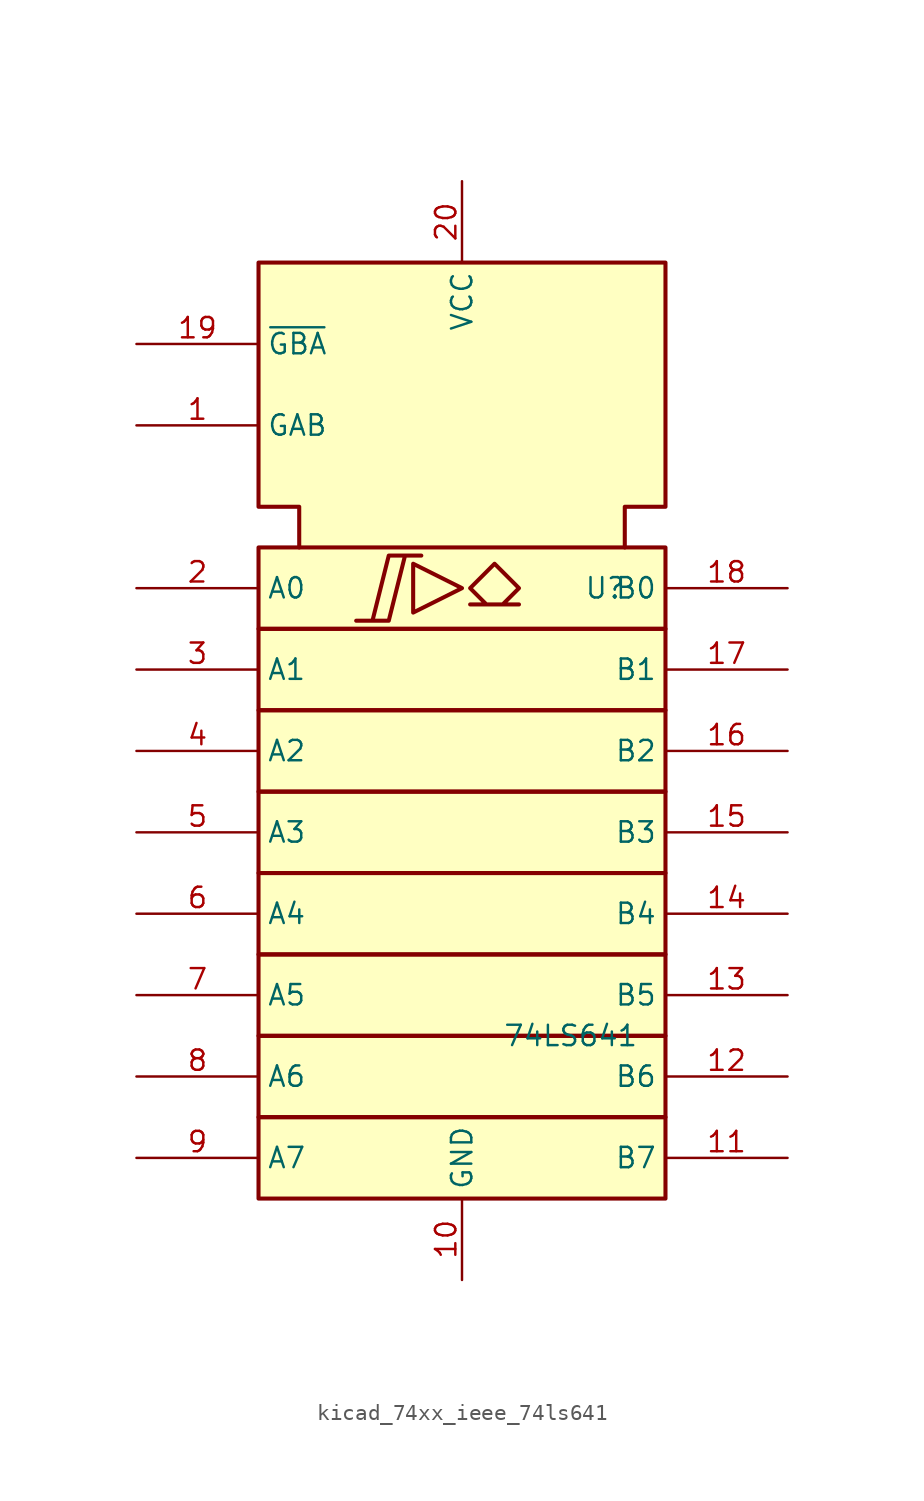
<source format=kicad_sym>
(kicad_symbol_lib
  (version 20220914)
  (generator kicad_symbol_editor)
  (symbol "kicad_74xx_ieee_74ls641"
    (property "Reference" "U"
      (at 7.62 12.7 0)
      (effects (font (size 1.27 1.27)) (justify left)))
    (property "Value" "74LS641"
      (at 2.54 -15.24 0)
      (effects (font (size 1.27 1.27)) (justify left)))
    (symbol "kicad_74xx_ieee_74ls641_0_0"
      (polyline (pts (xy -3.048 14.224) (xy -3.048 11.176) (xy 0 12.7) (xy -3.048 14.224) (xy -3.048 14.224)) (stroke (width 0.254) (type default)) (fill (type background)))
      (polyline (pts (xy -6.604 10.668) (xy -4.572 10.668) (xy -3.556 14.732) (xy -2.54 14.732) (xy -4.572 14.732) (xy -5.588 10.668) (xy -5.588 10.668)) (stroke (width 0.254) (type default)) (fill (type background)))
      (polyline (pts (xy 2.032 14.224) (xy 3.556 12.7) (xy 2.54 11.684) (xy 3.556 11.684) (xy 0.508 11.684) (xy 1.524 11.684) (xy 0.508 12.7) (xy 2.032 14.224) (xy 2.032 14.224)) (stroke (width 0.254) (type default)) (fill (type background)))
      (pin power_in line (at 0 -30.48 90) (length 5.08) (name "GND" (effects (font (size 1.27 1.27)))) (number "10" (effects (font (size 1.27 1.27)))))
      (pin power_in line (at 0 38.1 270) (length 5.08) (name "VCC" (effects (font (size 1.27 1.27)))) (number "20" (effects (font (size 1.27 1.27))))))
    (symbol "kicad_74xx_ieee_74ls641_0_1"
      (rectangle (start -12.7 -20.32) (end 12.7 -25.4) (stroke (width 0.254) (type default)) (fill (type background)))
      (rectangle (start -12.7 -15.24) (end 12.7 -20.32) (stroke (width 0.254) (type default)) (fill (type background)))
      (rectangle (start -12.7 -10.16) (end 12.7 -15.24) (stroke (width 0.254) (type default)) (fill (type background)))
      (rectangle (start -12.7 -5.08) (end 12.7 -10.16) (stroke (width 0.254) (type default)) (fill (type background)))
      (rectangle (start -12.7 0) (end 12.7 -5.08) (stroke (width 0.254) (type default)) (fill (type background)))
      (rectangle (start -12.7 5.08) (end 12.7 0) (stroke (width 0.254) (type default)) (fill (type background)))
      (rectangle (start -12.7 10.16) (end 12.7 5.08) (stroke (width 0.254) (type default)) (fill (type background)))
      (rectangle (start -12.7 15.24) (end 12.7 10.16) (stroke (width 0.254) (type default)) (fill (type background)))
      (polyline (pts (xy -10.16 15.24) (xy -10.16 17.78) (xy -12.7 17.78) (xy -12.7 33.02) (xy 12.7 33.02) (xy 12.7 17.78) (xy 10.16 17.78) (xy 10.16 15.24) (xy 10.16 15.24)) (stroke (width 0.254) (type default)) (fill (type background))))
    (symbol "kicad_74xx_ieee_74ls641_1_1"
      (pin input line (at -20.32 22.86 0) (length 7.62) (name "GAB" (effects (font (size 1.27 1.27)))) (number "1" (effects (font (size 1.27 1.27)))))
      (pin tri_state line (at 20.32 -22.86 180) (length 7.62) (name "B7" (effects (font (size 1.27 1.27)))) (number "11" (effects (font (size 1.27 1.27)))))
      (pin tri_state line (at 20.32 -17.78 180) (length 7.62) (name "B6" (effects (font (size 1.27 1.27)))) (number "12" (effects (font (size 1.27 1.27)))))
      (pin tri_state line (at 20.32 -12.7 180) (length 7.62) (name "B5" (effects (font (size 1.27 1.27)))) (number "13" (effects (font (size 1.27 1.27)))))
      (pin tri_state line (at 20.32 -7.62 180) (length 7.62) (name "B4" (effects (font (size 1.27 1.27)))) (number "14" (effects (font (size 1.27 1.27)))))
      (pin tri_state line (at 20.32 -2.54 180) (length 7.62) (name "B3" (effects (font (size 1.27 1.27)))) (number "15" (effects (font (size 1.27 1.27)))))
      (pin tri_state line (at 20.32 2.54 180) (length 7.62) (name "B2" (effects (font (size 1.27 1.27)))) (number "16" (effects (font (size 1.27 1.27)))))
      (pin tri_state line (at 20.32 7.62 180) (length 7.62) (name "B1" (effects (font (size 1.27 1.27)))) (number "17" (effects (font (size 1.27 1.27)))))
      (pin tri_state line (at 20.32 12.7 180) (length 7.62) (name "B0" (effects (font (size 1.27 1.27)))) (number "18" (effects (font (size 1.27 1.27)))))
      (pin input line (at -20.32 27.94 0) (length 7.62) (name "~{GBA}" (effects (font (size 1.27 1.27)))) (number "19" (effects (font (size 1.27 1.27)))))
      (pin tri_state line (at -20.32 12.7 0) (length 7.62) (name "A0" (effects (font (size 1.27 1.27)))) (number "2" (effects (font (size 1.27 1.27)))))
      (pin tri_state line (at -20.32 7.62 0) (length 7.62) (name "A1" (effects (font (size 1.27 1.27)))) (number "3" (effects (font (size 1.27 1.27)))))
      (pin tri_state line (at -20.32 2.54 0) (length 7.62) (name "A2" (effects (font (size 1.27 1.27)))) (number "4" (effects (font (size 1.27 1.27)))))
      (pin tri_state line (at -20.32 -2.54 0) (length 7.62) (name "A3" (effects (font (size 1.27 1.27)))) (number "5" (effects (font (size 1.27 1.27)))))
      (pin tri_state line (at -20.32 -7.62 0) (length 7.62) (name "A4" (effects (font (size 1.27 1.27)))) (number "6" (effects (font (size 1.27 1.27)))))
      (pin tri_state line (at -20.32 -12.7 0) (length 7.62) (name "A5" (effects (font (size 1.27 1.27)))) (number "7" (effects (font (size 1.27 1.27)))))
      (pin tri_state line (at -20.32 -17.78 0) (length 7.62) (name "A6" (effects (font (size 1.27 1.27)))) (number "8" (effects (font (size 1.27 1.27)))))
      (pin tri_state line (at -20.32 -22.86 0) (length 7.62) (name "A7" (effects (font (size 1.27 1.27)))) (number "9" (effects (font (size 1.27 1.27))))))))
</source>
